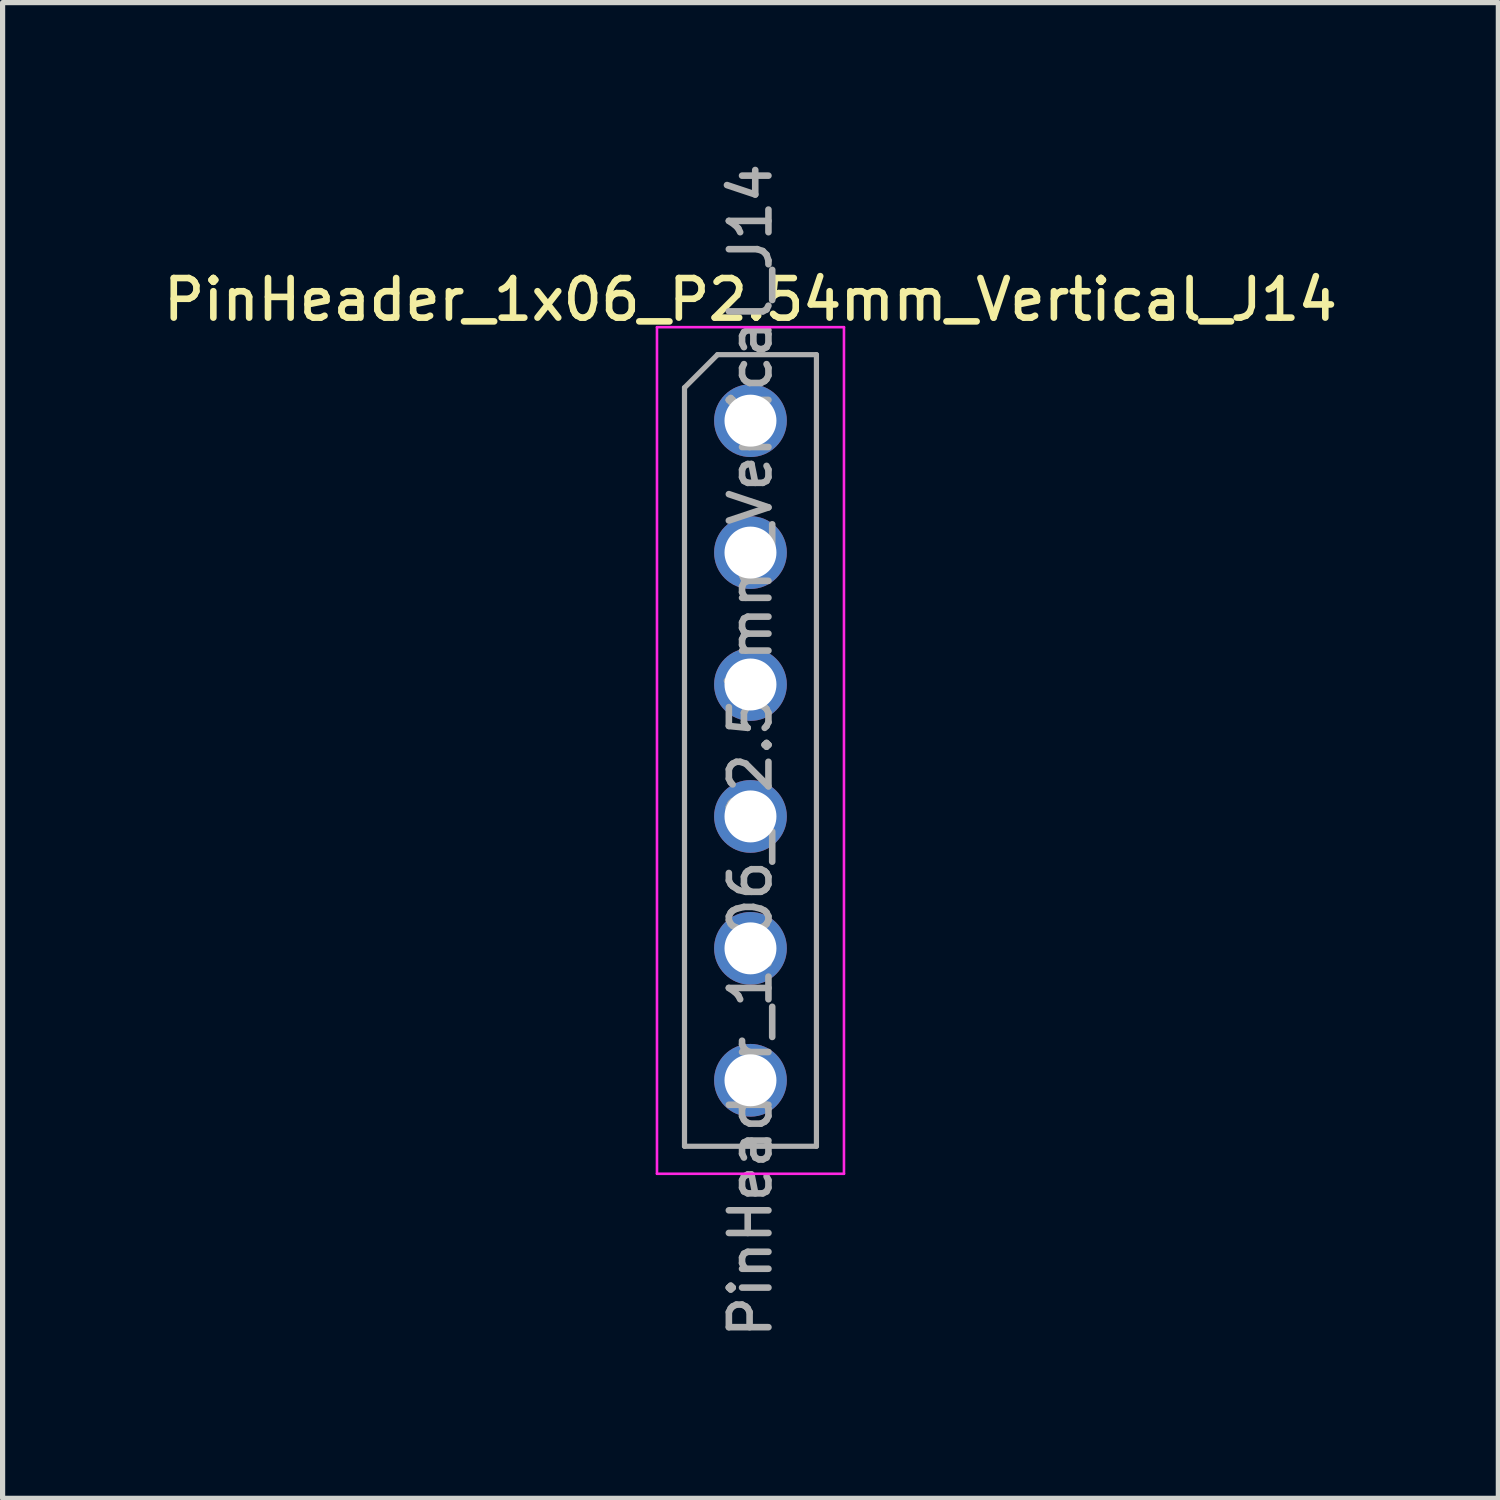
<source format=kicad_pcb>
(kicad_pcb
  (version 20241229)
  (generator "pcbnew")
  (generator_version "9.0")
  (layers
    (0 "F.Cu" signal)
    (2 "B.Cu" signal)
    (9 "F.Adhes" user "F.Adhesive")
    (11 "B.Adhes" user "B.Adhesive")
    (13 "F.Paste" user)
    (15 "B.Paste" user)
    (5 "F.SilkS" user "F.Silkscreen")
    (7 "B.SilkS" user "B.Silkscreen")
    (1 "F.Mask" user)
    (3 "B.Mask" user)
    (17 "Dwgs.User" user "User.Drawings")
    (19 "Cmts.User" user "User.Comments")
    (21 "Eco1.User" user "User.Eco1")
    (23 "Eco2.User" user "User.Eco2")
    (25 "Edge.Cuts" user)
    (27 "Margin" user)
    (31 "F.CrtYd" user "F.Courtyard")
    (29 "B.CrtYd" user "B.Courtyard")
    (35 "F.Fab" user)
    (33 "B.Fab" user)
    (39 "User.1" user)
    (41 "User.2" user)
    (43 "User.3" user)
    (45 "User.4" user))
  (footprint "PinHeader_1x06_P2.54mm_Vertical_J14"
    (layer "F.Cu")
    (at 11.399 5.049)
    (property "Reference" "PinHeader_1x06_P2.54mm_Vertical_J14" (at 0 -2.33 180) (layer "F.SilkS") (effects (font (size 0.762 0.762) (thickness 0.127))))
    (attr through_hole)
    (fp_line (start -1.8 -1.8) (end -1.8 14.5) (stroke (width 0.05) (type solid)) (layer "F.CrtYd"))
    (fp_line (start -1.8 14.5) (end 1.8 14.5) (stroke (width 0.05) (type solid)) (layer "F.CrtYd"))
    (fp_line (start 1.8 -1.8) (end -1.8 -1.8) (stroke (width 0.05) (type solid)) (layer "F.CrtYd"))
    (fp_line (start 1.8 14.5) (end 1.8 -1.8) (stroke (width 0.05) (type solid)) (layer "F.CrtYd"))
    (fp_line (start -1.27 -0.635) (end -0.635 -1.27) (stroke (width 0.1) (type solid)) (layer "F.Fab"))
    (fp_line (start -1.27 13.97) (end -1.27 -0.635) (stroke (width 0.1) (type solid)) (layer "F.Fab"))
    (fp_line (start -0.635 -1.27) (end 1.27 -1.27) (stroke (width 0.1) (type solid)) (layer "F.Fab"))
    (fp_line (start 1.27 -1.27) (end 1.27 13.97) (stroke (width 0.1) (type solid)) (layer "F.Fab"))
    (fp_line (start 1.27 13.97) (end -1.27 13.97) (stroke (width 0.1) (type solid)) (layer "F.Fab"))
    (fp_text user "${REFERENCE}" (at 0 6.35 90) (layer "F.Fab") (effects (font (size 0.762 0.762) (thickness 0.127))))
    (pad "1" thru_hole circle (at 0 0) (size 1.4 1.4) (drill 1) (layers "*.Cu" "*.Mask"))
    (pad "2" thru_hole circle (at 0 2.54) (size 1.4 1.4) (drill 1) (layers "*.Cu" "*.Mask"))
    (pad "3" thru_hole circle (at 0 5.08) (size 1.4 1.4) (drill 1) (layers "*.Cu" "*.Mask"))
    (pad "4" thru_hole circle (at 0 7.62) (size 1.4 1.4) (drill 1) (layers "*.Cu" "*.Mask"))
    (pad "5" thru_hole circle (at 0 10.16) (size 1.4 1.4) (drill 1) (layers "*.Cu" "*.Mask"))
    (pad "6" thru_hole circle (at 0 12.7) (size 1.4 1.4) (drill 1) (layers "*.Cu" "*.Mask")))
  (gr_rect
    (start -3 -3)
    (end 25.798 25.798)
    (stroke (width 0.1) (type default))
    (fill no)
    (layer "Edge.Cuts")))
</source>
